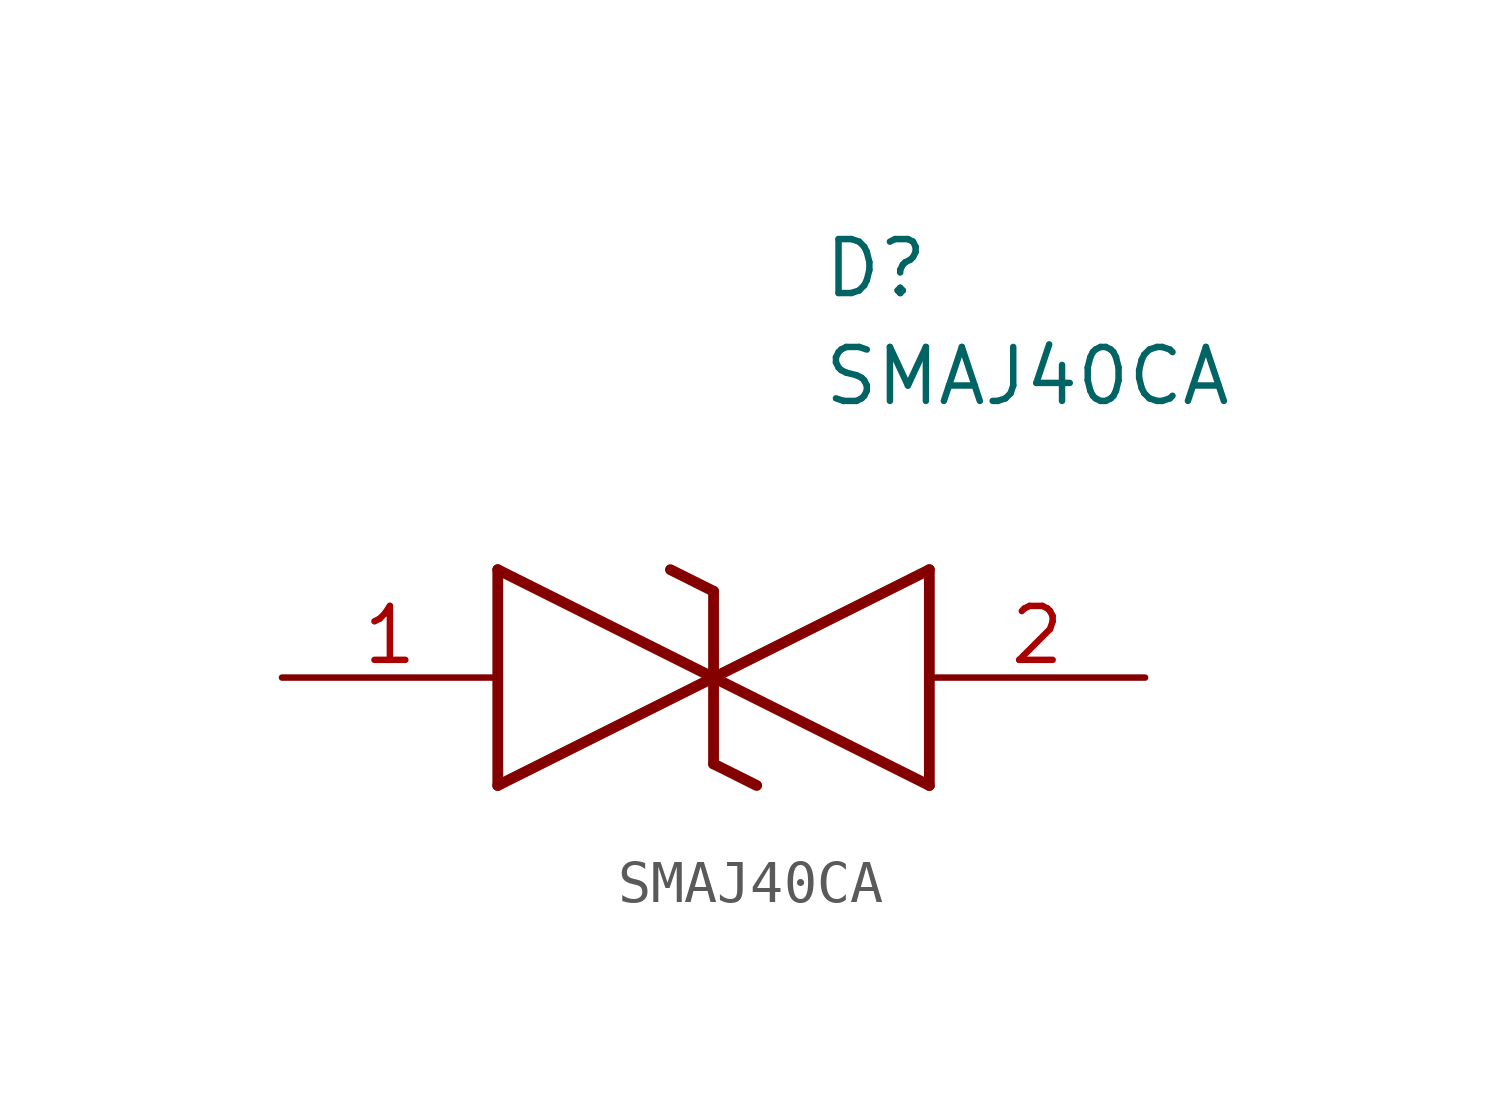
<source format=kicad_sym>
(kicad_symbol_lib
  (version 20211014)
  (generator SamacSys_ECAD_Model)
  (symbol "SMAJ40CA"
    (pin_names hide)
    (property "Reference" "D"
      (at 12.7 8.89 0)
      (effects (font (size 1.27 1.27)) (justify left bottom)))
    (property "Value" "SMAJ40CA"
      (at 12.7 6.35 0)
      (effects (font (size 1.27 1.27)) (justify left bottom)))
    (polyline
      (pts (xy 10.16 0) (xy 5.08 -2.54))
      (stroke (width 0.254) (type default))
      (fill (type none)))
    (polyline
      (pts (xy 5.08 2.54) (xy 5.08 -2.54))
      (stroke (width 0.254) (type default))
      (fill (type none)))
    (polyline
      (pts (xy 5.08 2.54) (xy 10.16 0))
      (stroke (width 0.254) (type default))
      (fill (type none)))
    (polyline
      (pts (xy 10.16 0) (xy 15.24 -2.54))
      (stroke (width 0.254) (type default))
      (fill (type none)))
    (polyline
      (pts (xy 15.24 2.54) (xy 15.24 -2.54))
      (stroke (width 0.254) (type default))
      (fill (type none)))
    (polyline
      (pts (xy 15.24 2.54) (xy 10.16 0))
      (stroke (width 0.254) (type default))
      (fill (type none)))
    (polyline
      (pts (xy 10.16 -2.032) (xy 10.16 2.032))
      (stroke (width 0.254) (type default))
      (fill (type none)))
    (polyline
      (pts (xy 9.144 2.54) (xy 10.16 2.032))
      (stroke (width 0.254) (type default))
      (fill (type none)))
    (polyline
      (pts (xy 10.16 -2.032) (xy 11.176 -2.54))
      (stroke (width 0.254) (type default))
      (fill (type none)))
    (pin passive line
      (at 0 0 0)
      (length 5.08)
      (name "1" (effects (font (size 1.27 1.27))))
      (number "1" (effects (font (size 1.27 1.27)))))
    (pin passive line
      (at 20.32 0 180)
      (length 5.08)
      (name "2" (effects (font (size 1.27 1.27))))
      (number "2" (effects (font (size 1.27 1.27)))))))
</source>
